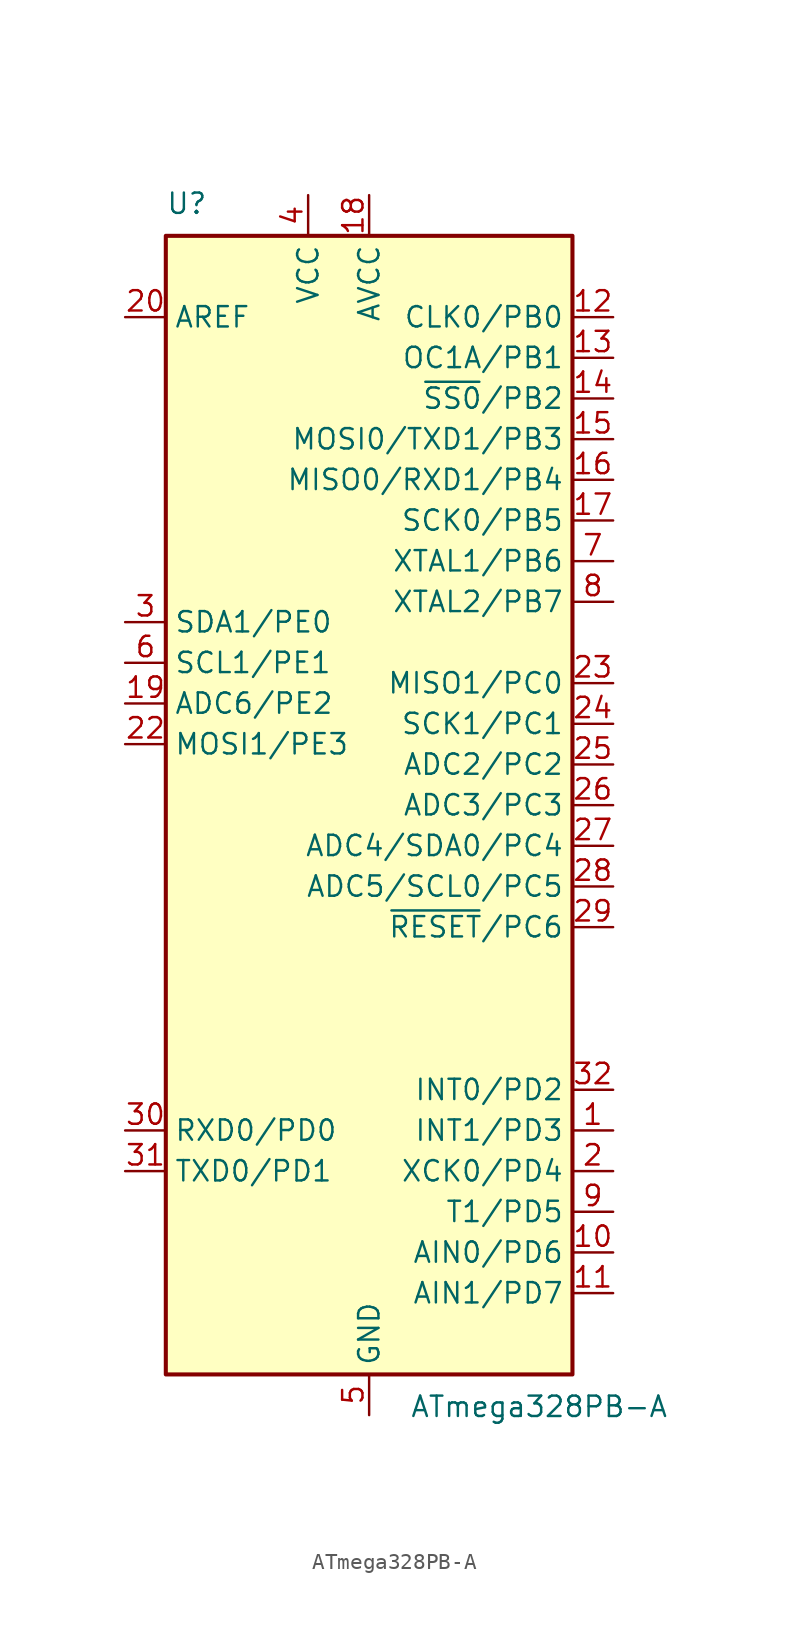
<source format=kicad_sym>
(kicad_symbol_lib
  (version 20220914)
  (generator kicad_symbol_editor)
  (symbol "ATmega328PB-A"
    (property "Reference" "U"
      (at -12.7 36.83 0)
      (effects (font (size 1.27 1.27)) (justify left bottom)))
    (property "Value" "ATmega328PB-A"
      (at 2.54 -36.83 0)
      (effects (font (size 1.27 1.27)) (justify left top)))
    (symbol "ATmega328PB-A_0_1"
      (rectangle (start -12.7 35.56) (end 12.7 -35.56) (stroke (width 0.254) (type default)) (fill (type background))))
    (symbol "ATmega328PB-A_1_1"
      (pin bidirectional line (at 15.24 -20.32 180) (length 2.54) (name "INT1/PD3" (effects (font (size 1.27 1.27)))) (number "1" (effects (font (size 1.27 1.27)))))
      (pin bidirectional line (at 15.24 -27.94 180) (length 2.54) (name "AIN0/PD6" (effects (font (size 1.27 1.27)))) (number "10" (effects (font (size 1.27 1.27)))))
      (pin bidirectional line (at 15.24 -30.48 180) (length 2.54) (name "AIN1/PD7" (effects (font (size 1.27 1.27)))) (number "11" (effects (font (size 1.27 1.27)))))
      (pin bidirectional line (at 15.24 30.48 180) (length 2.54) (name "CLK0/PB0" (effects (font (size 1.27 1.27)))) (number "12" (effects (font (size 1.27 1.27)))))
      (pin bidirectional line (at 15.24 27.94 180) (length 2.54) (name "OC1A/PB1" (effects (font (size 1.27 1.27)))) (number "13" (effects (font (size 1.27 1.27)))))
      (pin bidirectional line (at 15.24 25.4 180) (length 2.54) (name "~{SS0}/PB2" (effects (font (size 1.27 1.27)))) (number "14" (effects (font (size 1.27 1.27)))))
      (pin bidirectional line (at 15.24 22.86 180) (length 2.54) (name "MOSI0/TXD1/PB3" (effects (font (size 1.27 1.27)))) (number "15" (effects (font (size 1.27 1.27)))))
      (pin bidirectional line (at 15.24 20.32 180) (length 2.54) (name "MISO0/RXD1/PB4" (effects (font (size 1.27 1.27)))) (number "16" (effects (font (size 1.27 1.27)))))
      (pin bidirectional line (at 15.24 17.78 180) (length 2.54) (name "SCK0/PB5" (effects (font (size 1.27 1.27)))) (number "17" (effects (font (size 1.27 1.27)))))
      (pin power_in line (at 0 38.1 270) (length 2.54) (name "AVCC" (effects (font (size 1.27 1.27)))) (number "18" (effects (font (size 1.27 1.27)))))
      (pin bidirectional line (at -15.24 6.35 0) (length 2.54) (name "ADC6/PE2" (effects (font (size 1.27 1.27)))) (number "19" (effects (font (size 1.27 1.27)))))
      (pin bidirectional line (at 15.24 -22.86 180) (length 2.54) (name "XCK0/PD4" (effects (font (size 1.27 1.27)))) (number "2" (effects (font (size 1.27 1.27)))))
      (pin passive line (at -15.24 30.48 0) (length 2.54) (name "AREF" (effects (font (size 1.27 1.27)))) (number "20" (effects (font (size 1.27 1.27)))))
      (pin passive line (at 0 -38.1 90) (length 2.54) hide (name "GND" (effects (font (size 1.27 1.27)))) (number "21" (effects (font (size 1.27 1.27)))))
      (pin bidirectional line (at -15.24 3.81 0) (length 2.54) (name "MOSI1/PE3" (effects (font (size 1.27 1.27)))) (number "22" (effects (font (size 1.27 1.27)))))
      (pin bidirectional line (at 15.24 7.62 180) (length 2.54) (name "MISO1/PC0" (effects (font (size 1.27 1.27)))) (number "23" (effects (font (size 1.27 1.27)))))
      (pin bidirectional line (at 15.24 5.08 180) (length 2.54) (name "SCK1/PC1" (effects (font (size 1.27 1.27)))) (number "24" (effects (font (size 1.27 1.27)))))
      (pin bidirectional line (at 15.24 2.54 180) (length 2.54) (name "ADC2/PC2" (effects (font (size 1.27 1.27)))) (number "25" (effects (font (size 1.27 1.27)))))
      (pin bidirectional line (at 15.24 0 180) (length 2.54) (name "ADC3/PC3" (effects (font (size 1.27 1.27)))) (number "26" (effects (font (size 1.27 1.27)))))
      (pin bidirectional line (at 15.24 -2.54 180) (length 2.54) (name "ADC4/SDA0/PC4" (effects (font (size 1.27 1.27)))) (number "27" (effects (font (size 1.27 1.27)))))
      (pin bidirectional line (at 15.24 -5.08 180) (length 2.54) (name "ADC5/SCL0/PC5" (effects (font (size 1.27 1.27)))) (number "28" (effects (font (size 1.27 1.27)))))
      (pin bidirectional line (at 15.24 -7.62 180) (length 2.54) (name "~{RESET}/PC6" (effects (font (size 1.27 1.27)))) (number "29" (effects (font (size 1.27 1.27)))))
      (pin bidirectional line (at -15.24 11.43 0) (length 2.54) (name "SDA1/PE0" (effects (font (size 1.27 1.27)))) (number "3" (effects (font (size 1.27 1.27)))))
      (pin bidirectional line (at -15.24 -20.32 0) (length 2.54) (name "RXD0/PD0" (effects (font (size 1.27 1.27)))) (number "30" (effects (font (size 1.27 1.27)))))
      (pin bidirectional line (at -15.24 -22.86 0) (length 2.54) (name "TXD0/PD1" (effects (font (size 1.27 1.27)))) (number "31" (effects (font (size 1.27 1.27)))))
      (pin bidirectional line (at 15.24 -17.78 180) (length 2.54) (name "INT0/PD2" (effects (font (size 1.27 1.27)))) (number "32" (effects (font (size 1.27 1.27)))))
      (pin power_in line (at -3.81 38.1 270) (length 2.54) (name "VCC" (effects (font (size 1.27 1.27)))) (number "4" (effects (font (size 1.27 1.27)))))
      (pin power_in line (at 0 -38.1 90) (length 2.54) (name "GND" (effects (font (size 1.27 1.27)))) (number "5" (effects (font (size 1.27 1.27)))))
      (pin bidirectional line (at -15.24 8.89 0) (length 2.54) (name "SCL1/PE1" (effects (font (size 1.27 1.27)))) (number "6" (effects (font (size 1.27 1.27)))))
      (pin bidirectional line (at 15.24 15.24 180) (length 2.54) (name "XTAL1/PB6" (effects (font (size 1.27 1.27)))) (number "7" (effects (font (size 1.27 1.27)))))
      (pin bidirectional line (at 15.24 12.7 180) (length 2.54) (name "XTAL2/PB7" (effects (font (size 1.27 1.27)))) (number "8" (effects (font (size 1.27 1.27)))))
      (pin bidirectional line (at 15.24 -25.4 180) (length 2.54) (name "T1/PD5" (effects (font (size 1.27 1.27)))) (number "9" (effects (font (size 1.27 1.27))))))))
</source>
